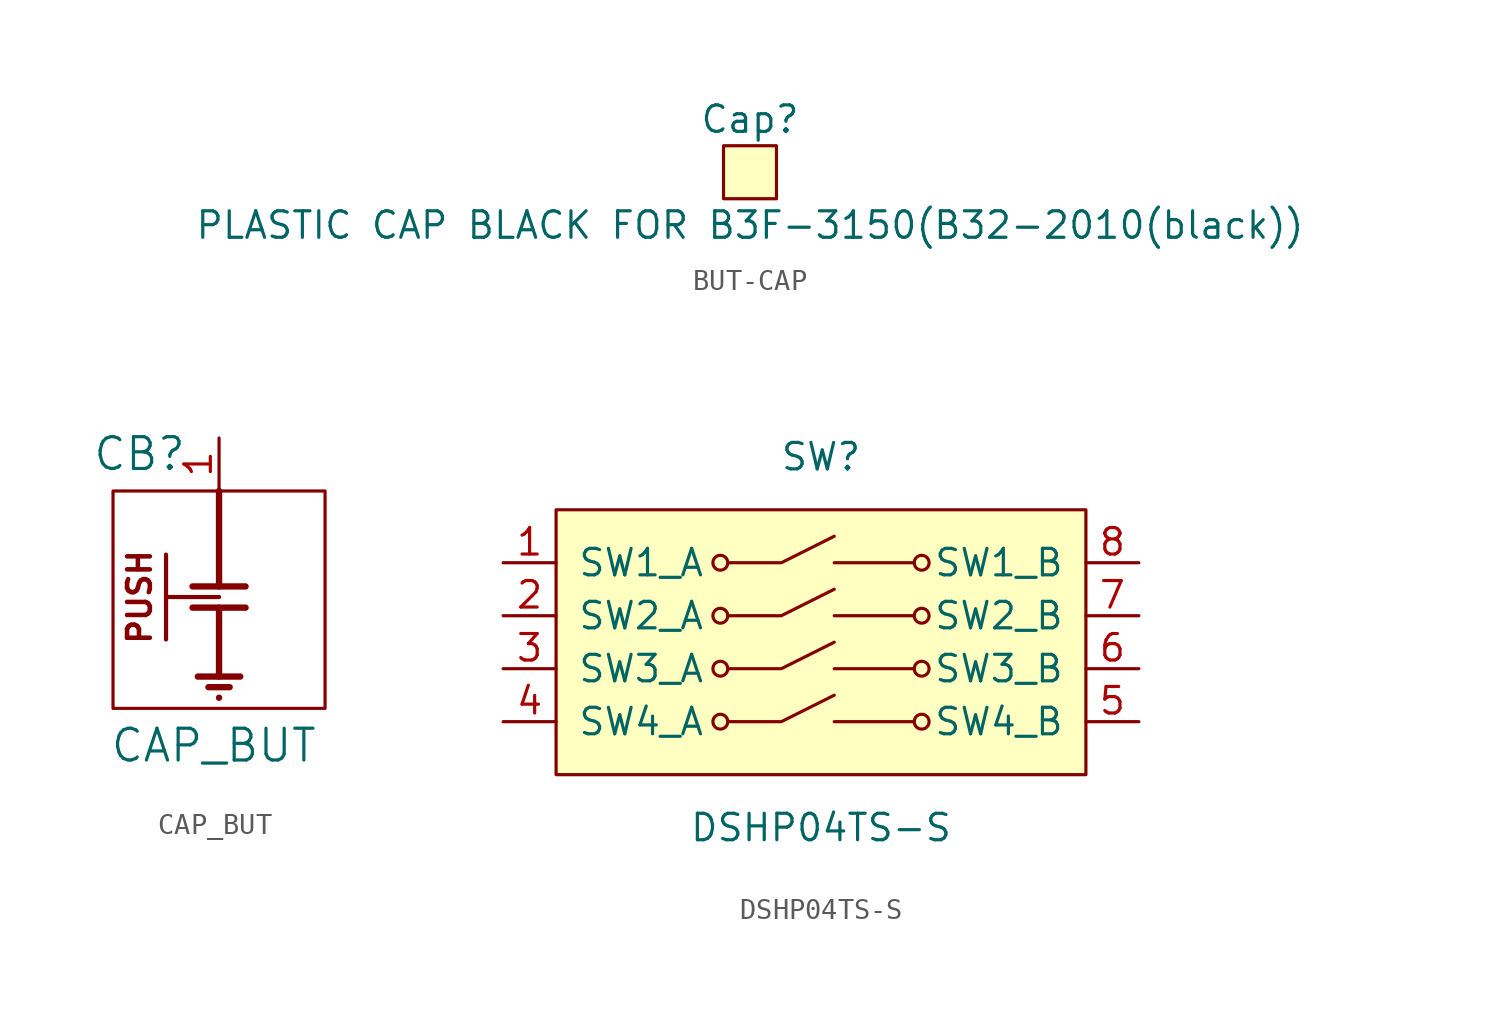
<source format=kicad_sym>
(kicad_symbol_lib
  (version 20220914)
  (generator kicad_symbol_editor)
  (symbol "BUT-CAP"
    (property "Reference" "Cap"
      (at 0 2.54 0)
      (effects (font (size 1.27 1.27))))
    (property "Value" "PLASTIC CAP BLACK FOR B3F-3150(B32-2010(black))"
      (at 0 -2.54 0)
      (effects (font (size 1.27 1.27))))
    (symbol "BUT-CAP_1_1"
      (rectangle (start -1.27 1.27) (end 1.27 -1.27) (stroke (width 0) (type default)) (fill (type background)))))
  (symbol "CAP_BUT"
    (pin_names
      (offset 1.016))
    (property "Reference" "CB"
      (at -3.81 6.858 0)
      (effects (font (size 1.524 1.524))))
    (property "Value" "CAP_BUT"
      (at -0.254 -7.112 0)
      (effects (font (size 1.524 1.524))))
    (symbol "CAP_BUT_0_0"
      (polyline (pts (xy -2.54 0) (xy 0 0)) (stroke (width 0.203) (type solid)) (fill (type none)))
      (polyline (pts (xy -2.54 2.032) (xy -2.54 -2.032)) (stroke (width 0.203) (type solid)) (fill (type none)))
      (polyline (pts (xy -1.016 -3.81) (xy 1.016 -3.81)) (stroke (width 0.305) (type solid)) (fill (type none)))
      (polyline (pts (xy -0.508 -4.318) (xy 0.508 -4.318)) (stroke (width 0.305) (type solid)) (fill (type none)))
      (polyline (pts (xy 0 -4.826) (xy 0 -4.826)) (stroke (width 0.305) (type solid)) (fill (type none)))
      (polyline (pts (xy 0 0.508) (xy 0 5.08)) (stroke (width 0.305) (type solid)) (fill (type none)))
      (polyline (pts (xy -1.27 -0.508) (xy 0 -0.508) (xy 1.27 -0.508)) (stroke (width 0.305) (type solid)) (fill (type none)))
      (polyline (pts (xy -1.27 0.508) (xy 0 0.508) (xy 1.27 0.508)) (stroke (width 0.305) (type solid)) (fill (type none)))
      (polyline (pts (xy 0 -0.508) (xy 0 -3.048) (xy 0 -3.81)) (stroke (width 0.305) (type solid)) (fill (type none)))
      (text "PUSH" (at -3.81 0 900) (effects (font (size 1.092 1.092) bold))))
    (symbol "CAP_BUT_0_1"
      (rectangle (start -5.08 5.08) (end 5.08 -5.334) (stroke (width 0) (type solid)) (fill (type none))))
    (symbol "CAP_BUT_1_1"
      (pin bidirectional line (at 0 7.62 270) (length 2.489) (name "~" (effects (font (size 1.27 1.27)))) (number "1" (effects (font (size 1.27 1.27)))))))
  (symbol "DSHP04TS-S"
    (pin_names
      (offset 1.016))
    (property "Reference" "SW"
      (at 0 7.62 0)
      (effects (font (size 1.27 1.27))))
    (property "Value" "DSHP04TS-S"
      (at 0 -10.16 0)
      (effects (font (size 1.27 1.27))))
    (symbol "DSHP04TS-S_0_0"
      (circle (center -4.826 -2.54) (radius 0.356) (stroke (width 0) (type solid)) (fill (type none))))
    (symbol "DSHP04TS-S_0_1"
      (polyline (pts (xy 0.635 -5.08) (xy 4.445 -5.08)) (stroke (width 0) (type solid)) (fill (type none)))
      (polyline (pts (xy -4.445 -5.08) (xy -1.905 -5.08) (xy 0.635 -3.81)) (stroke (width 0) (type solid)) (fill (type none)))
      (rectangle (start 12.7 5.08) (end -12.7 -7.62) (stroke (width 0) (type solid)) (fill (type background))))
    (symbol "DSHP04TS-S_1_1"
      (circle (center -4.826 -5.08) (radius 0.356) (stroke (width 0) (type solid)) (fill (type none)))
      (circle (center -4.826 0) (radius 0.356) (stroke (width 0) (type solid)) (fill (type none)))
      (circle (center -4.826 2.54) (radius 0.356) (stroke (width 0) (type solid)) (fill (type none)))
      (polyline (pts (xy 0.635 -2.54) (xy 4.445 -2.54)) (stroke (width 0) (type solid)) (fill (type none)))
      (polyline (pts (xy 0.635 0) (xy 4.445 0)) (stroke (width 0) (type solid)) (fill (type none)))
      (polyline (pts (xy 0.635 2.54) (xy 4.445 2.54)) (stroke (width 0) (type solid)) (fill (type none)))
      (polyline (pts (xy -4.445 -2.54) (xy -1.905 -2.54) (xy 0.635 -1.27)) (stroke (width 0) (type solid)) (fill (type none)))
      (polyline (pts (xy -4.445 0) (xy -1.905 0) (xy 0.635 1.27)) (stroke (width 0) (type solid)) (fill (type none)))
      (polyline (pts (xy -4.445 2.54) (xy -1.905 2.54) (xy 0.635 3.81)) (stroke (width 0) (type solid)) (fill (type none)))
      (circle (center 4.826 -5.08) (radius 0.356) (stroke (width 0) (type solid)) (fill (type none)))
      (circle (center 4.826 -2.54) (radius 0.356) (stroke (width 0) (type solid)) (fill (type none)))
      (circle (center 4.826 0) (radius 0.356) (stroke (width 0) (type solid)) (fill (type none)))
      (circle (center 4.826 2.54) (radius 0.356) (stroke (width 0) (type solid)) (fill (type none)))
      (pin passive line (at -15.24 2.54 0) (length 2.54) (name "SW1_A" (effects (font (size 1.27 1.27)))) (number "1" (effects (font (size 1.27 1.27)))))
      (pin passive line (at -15.24 0 0) (length 2.54) (name "SW2_A" (effects (font (size 1.27 1.27)))) (number "2" (effects (font (size 1.27 1.27)))))
      (pin passive line (at -15.24 -2.54 0) (length 2.54) (name "SW3_A" (effects (font (size 1.27 1.27)))) (number "3" (effects (font (size 1.27 1.27)))))
      (pin passive line (at -15.24 -5.08 0) (length 2.54) (name "SW4_A" (effects (font (size 1.27 1.27)))) (number "4" (effects (font (size 1.27 1.27)))))
      (pin passive line (at 15.24 -5.08 180) (length 2.54) (name "SW4_B" (effects (font (size 1.27 1.27)))) (number "5" (effects (font (size 1.27 1.27)))))
      (pin passive line (at 15.24 -2.54 180) (length 2.54) (name "SW3_B" (effects (font (size 1.27 1.27)))) (number "6" (effects (font (size 1.27 1.27)))))
      (pin passive line (at 15.24 0 180) (length 2.54) (name "SW2_B" (effects (font (size 1.27 1.27)))) (number "7" (effects (font (size 1.27 1.27)))))
      (pin passive line (at 15.24 2.54 180) (length 2.54) (name "SW1_B" (effects (font (size 1.27 1.27)))) (number "8" (effects (font (size 1.27 1.27))))))))
</source>
